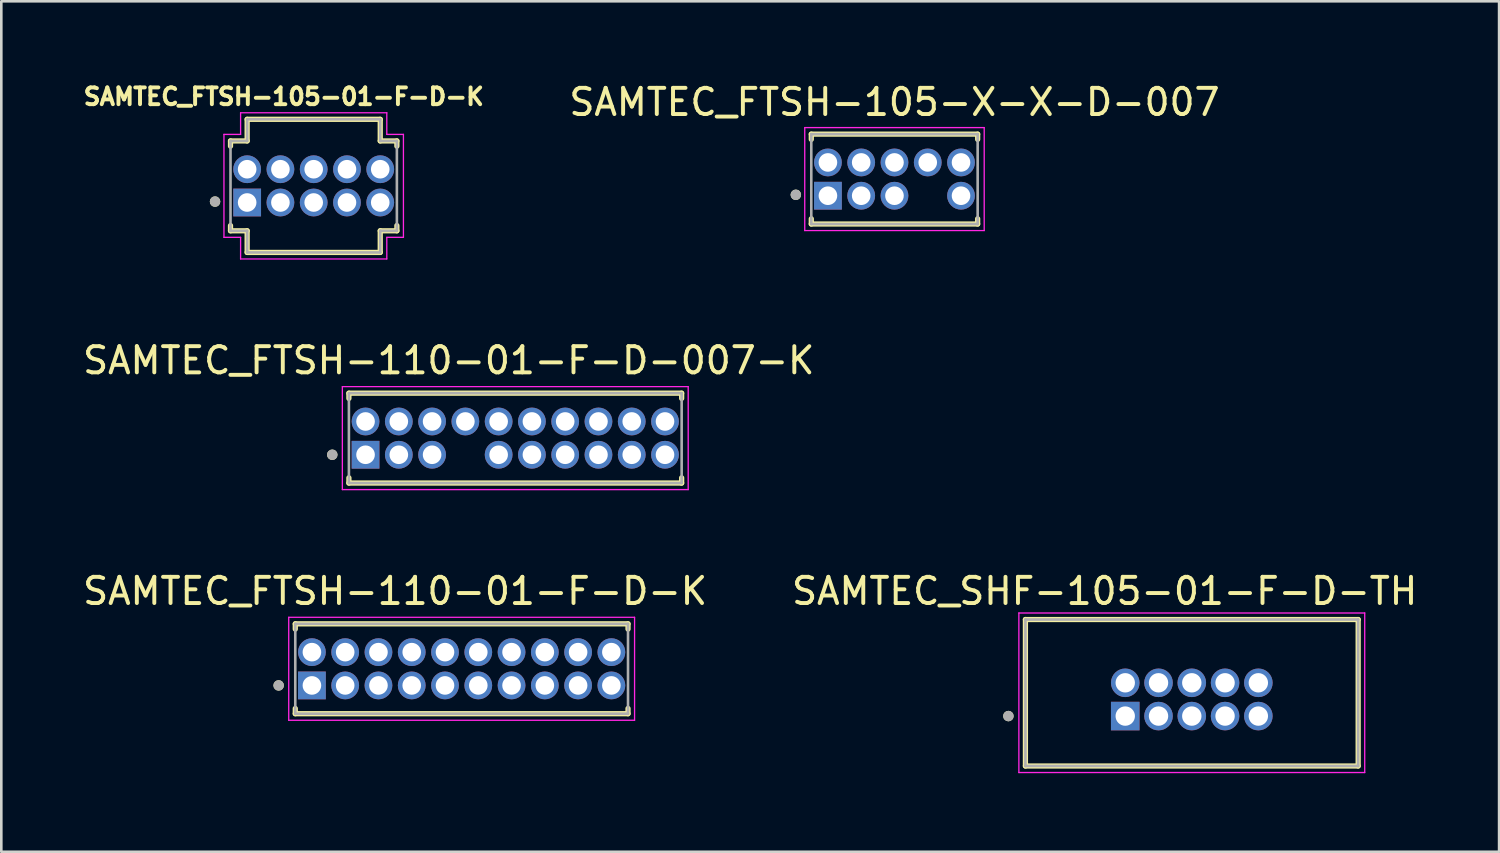
<source format=kicad_pcb>
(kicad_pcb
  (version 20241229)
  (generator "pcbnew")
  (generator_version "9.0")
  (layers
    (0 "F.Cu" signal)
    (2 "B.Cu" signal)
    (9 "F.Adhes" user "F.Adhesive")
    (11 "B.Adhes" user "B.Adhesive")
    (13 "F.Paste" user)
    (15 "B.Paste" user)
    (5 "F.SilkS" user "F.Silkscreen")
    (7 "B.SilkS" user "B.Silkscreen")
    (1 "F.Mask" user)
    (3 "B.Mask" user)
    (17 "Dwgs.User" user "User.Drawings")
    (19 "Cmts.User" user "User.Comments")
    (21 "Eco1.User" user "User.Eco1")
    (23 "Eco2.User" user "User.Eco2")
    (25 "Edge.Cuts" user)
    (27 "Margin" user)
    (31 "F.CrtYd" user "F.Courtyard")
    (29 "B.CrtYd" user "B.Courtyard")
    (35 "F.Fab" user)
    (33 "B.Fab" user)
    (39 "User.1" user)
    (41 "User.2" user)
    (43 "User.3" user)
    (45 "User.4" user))
  (footprint "SAMTEC_FTSH-105-01-F-D-K"
    (layer "F.Cu")
    (at 8.923 4.044)
    (property "Reference" "SAMTEC_FTSH-105-01-F-D-K" (at -1.143 -3.406 0) (layer "F.SilkS") (effects (font (size 0.64 0.64) (thickness 0.15))))
    (attr through_hole)
    (fp_line (start -3.175 -1.715) (end -3.175 -1.515) (stroke (width 0.2) (type solid)) (layer "F.SilkS"))
    (fp_line (start -3.175 -1.715) (end -2.54 -1.715) (stroke (width 0.2) (type solid)) (layer "F.SilkS"))
    (fp_line (start -3.175 1.715) (end -3.175 1.515) (stroke (width 0.2) (type solid)) (layer "F.SilkS"))
    (fp_line (start -3.175 1.715) (end -2.54 1.715) (stroke (width 0.2) (type solid)) (layer "F.SilkS"))
    (fp_line (start -2.54 -2.54) (end 2.54 -2.54) (stroke (width 0.2) (type solid)) (layer "F.SilkS"))
    (fp_line (start -2.54 -1.715) (end -2.54 -2.54) (stroke (width 0.2) (type solid)) (layer "F.SilkS"))
    (fp_line (start -2.54 1.715) (end -2.54 2.54) (stroke (width 0.2) (type solid)) (layer "F.SilkS"))
    (fp_line (start -2.54 2.54) (end 2.54 2.54) (stroke (width 0.2) (type solid)) (layer "F.SilkS"))
    (fp_line (start 2.54 -2.54) (end 2.54 -1.715) (stroke (width 0.2) (type solid)) (layer "F.SilkS"))
    (fp_line (start 2.54 -1.715) (end 3.175 -1.715) (stroke (width 0.2) (type solid)) (layer "F.SilkS"))
    (fp_line (start 2.54 1.715) (end 3.175 1.715) (stroke (width 0.2) (type solid)) (layer "F.SilkS"))
    (fp_line (start 2.54 2.54) (end 2.54 1.715) (stroke (width 0.2) (type solid)) (layer "F.SilkS"))
    (fp_line (start 3.175 -1.715) (end 3.175 -1.515) (stroke (width 0.2) (type solid)) (layer "F.SilkS"))
    (fp_line (start 3.175 1.715) (end 3.175 1.515) (stroke (width 0.2) (type solid)) (layer "F.SilkS"))
    (fp_circle (center -3.765 0.6) (end -3.665 0.6) (stroke (width 0.2) (type solid)) (fill no) (layer "F.SilkS"))
    (fp_line (start -3.425 -1.965) (end -2.79 -1.965) (stroke (width 0.05) (type solid)) (layer "F.CrtYd"))
    (fp_line (start -3.425 1.965) (end -3.425 -1.965) (stroke (width 0.05) (type solid)) (layer "F.CrtYd"))
    (fp_line (start -2.79 -2.79) (end 2.79 -2.79) (stroke (width 0.05) (type solid)) (layer "F.CrtYd"))
    (fp_line (start -2.79 -1.965) (end -2.79 -2.79) (stroke (width 0.05) (type solid)) (layer "F.CrtYd"))
    (fp_line (start -2.79 1.965) (end -3.425 1.965) (stroke (width 0.05) (type solid)) (layer "F.CrtYd"))
    (fp_line (start -2.79 2.79) (end -2.79 1.965) (stroke (width 0.05) (type solid)) (layer "F.CrtYd"))
    (fp_line (start 2.79 -2.79) (end 2.79 -1.965) (stroke (width 0.05) (type solid)) (layer "F.CrtYd"))
    (fp_line (start 2.79 -1.965) (end 3.425 -1.965) (stroke (width 0.05) (type solid)) (layer "F.CrtYd"))
    (fp_line (start 2.79 1.965) (end 2.79 2.79) (stroke (width 0.05) (type solid)) (layer "F.CrtYd"))
    (fp_line (start 2.79 2.79) (end -2.79 2.79) (stroke (width 0.05) (type solid)) (layer "F.CrtYd"))
    (fp_line (start 3.425 1.965) (end 2.79 1.965) (stroke (width 0.05) (type solid)) (layer "F.CrtYd"))
    (fp_line (start 3.425 1.965) (end 3.425 -1.965) (stroke (width 0.05) (type solid)) (layer "F.CrtYd"))
    (fp_line (start -3.175 -1.715) (end -3.175 1.715) (stroke (width 0.1) (type solid)) (layer "F.Fab"))
    (fp_line (start -3.175 1.715) (end -2.54 1.715) (stroke (width 0.1) (type solid)) (layer "F.Fab"))
    (fp_line (start -2.54 -2.54) (end 2.54 -2.54) (stroke (width 0.1) (type solid)) (layer "F.Fab"))
    (fp_line (start -2.54 -1.715) (end -3.175 -1.715) (stroke (width 0.1) (type solid)) (layer "F.Fab"))
    (fp_line (start -2.54 -1.715) (end -2.54 -2.54) (stroke (width 0.1) (type solid)) (layer "F.Fab"))
    (fp_line (start -2.54 1.715) (end -2.54 2.54) (stroke (width 0.1) (type solid)) (layer "F.Fab"))
    (fp_line (start -2.54 2.54) (end 2.54 2.54) (stroke (width 0.1) (type solid)) (layer "F.Fab"))
    (fp_line (start 2.54 -2.54) (end 2.54 -1.715) (stroke (width 0.1) (type solid)) (layer "F.Fab"))
    (fp_line (start 2.54 1.715) (end 3.175 1.715) (stroke (width 0.1) (type solid)) (layer "F.Fab"))
    (fp_line (start 2.54 2.54) (end 2.54 1.715) (stroke (width 0.1) (type solid)) (layer "F.Fab"))
    (fp_line (start 3.175 -1.715) (end 2.54 -1.715) (stroke (width 0.1) (type solid)) (layer "F.Fab"))
    (fp_line (start 3.175 1.715) (end 3.175 -1.715) (stroke (width 0.1) (type solid)) (layer "F.Fab"))
    (fp_circle (center -3.765 0.6) (end -3.665 0.6) (stroke (width 0.2) (type solid)) (fill no) (layer "F.Fab"))
    (pad "1" thru_hole rect (at -2.54 0.635) (size 1.06 1.06) (drill 0.71) (layers "*.Cu" "*.Mask"))
    (pad "2" thru_hole circle (at -2.54 -0.635) (size 1.06 1.06) (drill 0.71) (layers "*.Cu" "*.Mask"))
    (pad "3" thru_hole circle (at -1.27 0.635) (size 1.06 1.06) (drill 0.71) (layers "*.Cu" "*.Mask"))
    (pad "4" thru_hole circle (at -1.27 -0.635) (size 1.06 1.06) (drill 0.71) (layers "*.Cu" "*.Mask"))
    (pad "5" thru_hole circle (at 0 0.635) (size 1.06 1.06) (drill 0.71) (layers "*.Cu" "*.Mask"))
    (pad "6" thru_hole circle (at 0 -0.635) (size 1.06 1.06) (drill 0.71) (layers "*.Cu" "*.Mask"))
    (pad "7" thru_hole circle (at 1.27 0.635) (size 1.06 1.06) (drill 0.71) (layers "*.Cu" "*.Mask"))
    (pad "8" thru_hole circle (at 1.27 -0.635) (size 1.06 1.06) (drill 0.71) (layers "*.Cu" "*.Mask"))
    (pad "9" thru_hole circle (at 2.54 0.635) (size 1.06 1.06) (drill 0.71) (layers "*.Cu" "*.Mask"))
    (pad "10" thru_hole circle (at 2.54 -0.635) (size 1.06 1.06) (drill 0.71) (layers "*.Cu" "*.Mask")))
  (footprint "SAMTEC_FTSH-105-X-X-D-007"
    (layer "F.Cu")
    (at 31.09 3.785)
    (property "Reference" "SAMTEC_FTSH-105-X-X-D-007" (at 0 -2.937 0) (layer "F.SilkS") (effects (font (size 1 1) (thickness 0.15))))
    (attr through_hole)
    (fp_line (start -3.175 -1.715) (end -3.175 -1.515) (stroke (width 0.2) (type solid)) (layer "F.SilkS"))
    (fp_line (start -3.175 -1.715) (end 3.175 -1.715) (stroke (width 0.2) (type solid)) (layer "F.SilkS"))
    (fp_line (start -3.175 1.715) (end -3.175 1.515) (stroke (width 0.2) (type solid)) (layer "F.SilkS"))
    (fp_line (start -3.175 1.715) (end 3.175 1.715) (stroke (width 0.2) (type solid)) (layer "F.SilkS"))
    (fp_line (start 3.175 -1.715) (end 3.175 -1.515) (stroke (width 0.2) (type solid)) (layer "F.SilkS"))
    (fp_line (start 3.175 1.715) (end 3.175 1.515) (stroke (width 0.2) (type solid)) (layer "F.SilkS"))
    (fp_circle (center -3.765 0.6) (end -3.665 0.6) (stroke (width 0.2) (type solid)) (fill no) (layer "F.SilkS"))
    (fp_line (start -3.425 -1.965) (end 3.425 -1.965) (stroke (width 0.05) (type solid)) (layer "F.CrtYd"))
    (fp_line (start -3.425 1.965) (end -3.425 -1.965) (stroke (width 0.05) (type solid)) (layer "F.CrtYd"))
    (fp_line (start 3.425 1.965) (end -3.425 1.965) (stroke (width 0.05) (type solid)) (layer "F.CrtYd"))
    (fp_line (start 3.425 1.965) (end 3.425 -1.965) (stroke (width 0.05) (type solid)) (layer "F.CrtYd"))
    (fp_line (start -3.175 -1.715) (end -3.175 1.715) (stroke (width 0.1) (type solid)) (layer "F.Fab"))
    (fp_line (start -3.175 -1.715) (end 3.175 -1.715) (stroke (width 0.1) (type solid)) (layer "F.Fab"))
    (fp_line (start -3.175 1.715) (end 3.175 1.715) (stroke (width 0.1) (type solid)) (layer "F.Fab"))
    (fp_line (start 3.175 1.715) (end 3.175 -1.715) (stroke (width 0.1) (type solid)) (layer "F.Fab"))
    (fp_circle (center -3.765 0.6) (end -3.665 0.6) (stroke (width 0.2) (type solid)) (fill no) (layer "F.Fab"))
    (pad "1" thru_hole rect (at -2.54 0.635) (size 1.06 1.06) (drill 0.71) (layers "*.Cu" "*.Mask"))
    (pad "2" thru_hole circle (at -2.54 -0.635) (size 1.06 1.06) (drill 0.71) (layers "*.Cu" "*.Mask"))
    (pad "3" thru_hole circle (at -1.27 0.635) (size 1.06 1.06) (drill 0.71) (layers "*.Cu" "*.Mask"))
    (pad "4" thru_hole circle (at -1.27 -0.635) (size 1.06 1.06) (drill 0.71) (layers "*.Cu" "*.Mask"))
    (pad "5" thru_hole circle (at 0 0.635) (size 1.06 1.06) (drill 0.71) (layers "*.Cu" "*.Mask"))
    (pad "6" thru_hole circle (at 0 -0.635) (size 1.06 1.06) (drill 0.71) (layers "*.Cu" "*.Mask"))
    (pad "8" thru_hole circle (at 1.27 -0.635) (size 1.06 1.06) (drill 0.71) (layers "*.Cu" "*.Mask"))
    (pad "9" thru_hole circle (at 2.54 0.635) (size 1.06 1.06) (drill 0.71) (layers "*.Cu" "*.Mask"))
    (pad "10" thru_hole circle (at 2.54 -0.635) (size 1.06 1.06) (drill 0.71) (layers "*.Cu" "*.Mask")))
  (footprint "SAMTEC_FTSH-110-01-F-D-007-K"
    (layer "F.Cu")
    (at 10.902 14.307)
    (property "Reference" "SAMTEC_FTSH-110-01-F-D-007-K" (at 3.175 -3.6 0) (layer "F.SilkS") (effects (font (size 1 1) (thickness 0.15))))
    (attr through_hole)
    (fp_line (start -0.635 -2.35) (end -0.635 -2.15) (stroke (width 0.2) (type solid)) (layer "F.SilkS"))
    (fp_line (start -0.635 -2.35) (end 12.065 -2.35) (stroke (width 0.2) (type solid)) (layer "F.SilkS"))
    (fp_line (start -0.635 1.08) (end -0.635 0.88) (stroke (width 0.2) (type solid)) (layer "F.SilkS"))
    (fp_line (start -0.635 1.08) (end 12.065 1.08) (stroke (width 0.2) (type solid)) (layer "F.SilkS"))
    (fp_line (start 12.065 -2.35) (end 12.065 -2.15) (stroke (width 0.2) (type solid)) (layer "F.SilkS"))
    (fp_line (start 12.065 1.08) (end 12.065 0.88) (stroke (width 0.2) (type solid)) (layer "F.SilkS"))
    (fp_circle (center -1.27 0) (end -1.17 0) (stroke (width 0.2) (type solid)) (fill no) (layer "F.SilkS"))
    (fp_line (start -0.885 -2.6) (end -0.885 1.33) (stroke (width 0.05) (type solid)) (layer "F.CrtYd"))
    (fp_line (start -0.885 -2.6) (end 12.315 -2.6) (stroke (width 0.05) (type solid)) (layer "F.CrtYd"))
    (fp_line (start 12.315 -2.6) (end 12.315 1.33) (stroke (width 0.05) (type solid)) (layer "F.CrtYd"))
    (fp_line (start 12.315 1.33) (end -0.885 1.33) (stroke (width 0.05) (type solid)) (layer "F.CrtYd"))
    (fp_line (start -0.635 -2.35) (end -0.635 1.08) (stroke (width 0.1) (type solid)) (layer "F.Fab"))
    (fp_line (start -0.635 -2.35) (end 12.065 -2.35) (stroke (width 0.1) (type solid)) (layer "F.Fab"))
    (fp_line (start -0.635 1.08) (end 12.065 1.08) (stroke (width 0.1) (type solid)) (layer "F.Fab"))
    (fp_line (start 12.065 -2.35) (end 12.065 1.08) (stroke (width 0.1) (type solid)) (layer "F.Fab"))
    (fp_circle (center -1.27 0) (end -1.17 0) (stroke (width 0.2) (type solid)) (fill no) (layer "F.Fab"))
    (pad "1" thru_hole rect (at 0 0) (size 1.06 1.06) (drill 0.71) (layers "*.Cu" "*.Mask"))
    (pad "2" thru_hole circle (at 0 -1.27) (size 1.06 1.06) (drill 0.71) (layers "*.Cu" "*.Mask"))
    (pad "3" thru_hole circle (at 1.27 0) (size 1.06 1.06) (drill 0.71) (layers "*.Cu" "*.Mask"))
    (pad "4" thru_hole circle (at 1.27 -1.27) (size 1.06 1.06) (drill 0.71) (layers "*.Cu" "*.Mask"))
    (pad "5" thru_hole circle (at 2.54 0) (size 1.06 1.06) (drill 0.71) (layers "*.Cu" "*.Mask"))
    (pad "6" thru_hole circle (at 2.54 -1.27) (size 1.06 1.06) (drill 0.71) (layers "*.Cu" "*.Mask"))
    (pad "8" thru_hole circle (at 3.81 -1.27) (size 1.06 1.06) (drill 0.71) (layers "*.Cu" "*.Mask"))
    (pad "9" thru_hole circle (at 5.08 0) (size 1.06 1.06) (drill 0.71) (layers "*.Cu" "*.Mask"))
    (pad "10" thru_hole circle (at 5.08 -1.27) (size 1.06 1.06) (drill 0.71) (layers "*.Cu" "*.Mask"))
    (pad "11" thru_hole circle (at 6.35 0) (size 1.06 1.06) (drill 0.71) (layers "*.Cu" "*.Mask"))
    (pad "12" thru_hole circle (at 6.35 -1.27) (size 1.06 1.06) (drill 0.71) (layers "*.Cu" "*.Mask"))
    (pad "13" thru_hole circle (at 7.62 0) (size 1.06 1.06) (drill 0.71) (layers "*.Cu" "*.Mask"))
    (pad "14" thru_hole circle (at 7.62 -1.27) (size 1.06 1.06) (drill 0.71) (layers "*.Cu" "*.Mask"))
    (pad "15" thru_hole circle (at 8.89 0) (size 1.06 1.06) (drill 0.71) (layers "*.Cu" "*.Mask"))
    (pad "16" thru_hole circle (at 8.89 -1.27) (size 1.06 1.06) (drill 0.71) (layers "*.Cu" "*.Mask"))
    (pad "17" thru_hole circle (at 10.16 0) (size 1.06 1.06) (drill 0.71) (layers "*.Cu" "*.Mask"))
    (pad "18" thru_hole circle (at 10.16 -1.27) (size 1.06 1.06) (drill 0.71) (layers "*.Cu" "*.Mask"))
    (pad "19" thru_hole circle (at 11.43 0) (size 1.06 1.06) (drill 0.71) (layers "*.Cu" "*.Mask"))
    (pad "20" thru_hole circle (at 11.43 -1.27) (size 1.06 1.06) (drill 0.71) (layers "*.Cu" "*.Mask")))
  (footprint "SAMTEC_FTSH-110-01-F-D-K"
    (layer "F.Cu")
    (at 8.855 23.111)
    (property "Reference" "SAMTEC_FTSH-110-01-F-D-K" (at 3.175 -3.6 0) (layer "F.SilkS") (effects (font (size 1 1) (thickness 0.15))))
    (attr through_hole)
    (fp_line (start -0.635 -2.35) (end -0.635 -2.15) (stroke (width 0.2) (type solid)) (layer "F.SilkS"))
    (fp_line (start -0.635 -2.35) (end 12.065 -2.35) (stroke (width 0.2) (type solid)) (layer "F.SilkS"))
    (fp_line (start -0.635 1.08) (end -0.635 0.88) (stroke (width 0.2) (type solid)) (layer "F.SilkS"))
    (fp_line (start -0.635 1.08) (end 12.065 1.08) (stroke (width 0.2) (type solid)) (layer "F.SilkS"))
    (fp_line (start 12.065 -2.35) (end 12.065 -2.15) (stroke (width 0.2) (type solid)) (layer "F.SilkS"))
    (fp_line (start 12.065 1.08) (end 12.065 0.88) (stroke (width 0.2) (type solid)) (layer "F.SilkS"))
    (fp_circle (center -1.27 0) (end -1.17 0) (stroke (width 0.2) (type solid)) (fill no) (layer "F.SilkS"))
    (fp_line (start -0.885 -2.6) (end -0.885 1.33) (stroke (width 0.05) (type solid)) (layer "F.CrtYd"))
    (fp_line (start -0.885 -2.6) (end 12.315 -2.6) (stroke (width 0.05) (type solid)) (layer "F.CrtYd"))
    (fp_line (start 12.315 -2.6) (end 12.315 1.33) (stroke (width 0.05) (type solid)) (layer "F.CrtYd"))
    (fp_line (start 12.315 1.33) (end -0.885 1.33) (stroke (width 0.05) (type solid)) (layer "F.CrtYd"))
    (fp_line (start -0.635 -2.35) (end -0.635 1.08) (stroke (width 0.1) (type solid)) (layer "F.Fab"))
    (fp_line (start -0.635 -2.35) (end 12.065 -2.35) (stroke (width 0.1) (type solid)) (layer "F.Fab"))
    (fp_line (start -0.635 1.08) (end 12.065 1.08) (stroke (width 0.1) (type solid)) (layer "F.Fab"))
    (fp_line (start 12.065 -2.35) (end 12.065 1.08) (stroke (width 0.1) (type solid)) (layer "F.Fab"))
    (fp_circle (center -1.27 0) (end -1.17 0) (stroke (width 0.2) (type solid)) (fill no) (layer "F.Fab"))
    (pad "1" thru_hole rect (at 0 0) (size 1.06 1.06) (drill 0.71) (layers "*.Cu" "*.Mask"))
    (pad "2" thru_hole circle (at 0 -1.27) (size 1.06 1.06) (drill 0.71) (layers "*.Cu" "*.Mask"))
    (pad "3" thru_hole circle (at 1.27 0) (size 1.06 1.06) (drill 0.71) (layers "*.Cu" "*.Mask"))
    (pad "4" thru_hole circle (at 1.27 -1.27) (size 1.06 1.06) (drill 0.71) (layers "*.Cu" "*.Mask"))
    (pad "5" thru_hole circle (at 2.54 0) (size 1.06 1.06) (drill 0.71) (layers "*.Cu" "*.Mask"))
    (pad "6" thru_hole circle (at 2.54 -1.27) (size 1.06 1.06) (drill 0.71) (layers "*.Cu" "*.Mask"))
    (pad "7" thru_hole circle (at 3.81 0) (size 1.06 1.06) (drill 0.71) (layers "*.Cu" "*.Mask"))
    (pad "8" thru_hole circle (at 3.81 -1.27) (size 1.06 1.06) (drill 0.71) (layers "*.Cu" "*.Mask"))
    (pad "9" thru_hole circle (at 5.08 0) (size 1.06 1.06) (drill 0.71) (layers "*.Cu" "*.Mask"))
    (pad "10" thru_hole circle (at 5.08 -1.27) (size 1.06 1.06) (drill 0.71) (layers "*.Cu" "*.Mask"))
    (pad "11" thru_hole circle (at 6.35 0) (size 1.06 1.06) (drill 0.71) (layers "*.Cu" "*.Mask"))
    (pad "12" thru_hole circle (at 6.35 -1.27) (size 1.06 1.06) (drill 0.71) (layers "*.Cu" "*.Mask"))
    (pad "13" thru_hole circle (at 7.62 0) (size 1.06 1.06) (drill 0.71) (layers "*.Cu" "*.Mask"))
    (pad "14" thru_hole circle (at 7.62 -1.27) (size 1.06 1.06) (drill 0.71) (layers "*.Cu" "*.Mask"))
    (pad "15" thru_hole circle (at 8.89 0) (size 1.06 1.06) (drill 0.71) (layers "*.Cu" "*.Mask"))
    (pad "16" thru_hole circle (at 8.89 -1.27) (size 1.06 1.06) (drill 0.71) (layers "*.Cu" "*.Mask"))
    (pad "17" thru_hole circle (at 10.16 0) (size 1.06 1.06) (drill 0.71) (layers "*.Cu" "*.Mask"))
    (pad "18" thru_hole circle (at 10.16 -1.27) (size 1.06 1.06) (drill 0.71) (layers "*.Cu" "*.Mask"))
    (pad "19" thru_hole circle (at 11.43 0) (size 1.06 1.06) (drill 0.71) (layers "*.Cu" "*.Mask"))
    (pad "20" thru_hole circle (at 11.43 -1.27) (size 1.06 1.06) (drill 0.71) (layers "*.Cu" "*.Mask")))
  (footprint "SAMTEC_SHF-105-01-F-D-TH"
    (layer "F.Cu")
    (at 42.438 23.646)
    (property "Reference" "SAMTEC_SHF-105-01-F-D-TH" (at -3.325 -4.135 0) (layer "F.SilkS") (effects (font (size 1 1) (thickness 0.15))))
    (attr through_hole)
    (fp_line (start -6.35 2.54) (end -6.35 -3.05) (stroke (width 0.2) (type solid)) (layer "F.SilkS"))
    (fp_line (start 6.35 -3.05) (end -6.35 -3.05) (stroke (width 0.2) (type solid)) (layer "F.SilkS"))
    (fp_line (start 6.35 -3.05) (end 6.35 2.54) (stroke (width 0.2) (type solid)) (layer "F.SilkS"))
    (fp_line (start 6.35 2.54) (end -6.35 2.54) (stroke (width 0.2) (type solid)) (layer "F.SilkS"))
    (fp_circle (center -7 0.635) (end -6.9 0.635) (stroke (width 0.2) (type solid)) (fill no) (layer "F.SilkS"))
    (fp_line (start -6.6 -3.3) (end 6.6 -3.3) (stroke (width 0.05) (type solid)) (layer "F.CrtYd"))
    (fp_line (start -6.6 2.79) (end -6.6 -3.3) (stroke (width 0.05) (type solid)) (layer "F.CrtYd"))
    (fp_line (start 6.6 -3.3) (end 6.6 2.79) (stroke (width 0.05) (type solid)) (layer "F.CrtYd"))
    (fp_line (start 6.6 2.79) (end -6.6 2.79) (stroke (width 0.05) (type solid)) (layer "F.CrtYd"))
    (fp_line (start -6.35 -3.05) (end 6.35 -3.05) (stroke (width 0.1) (type solid)) (layer "F.Fab"))
    (fp_line (start -6.35 2.54) (end -6.35 -3.05) (stroke (width 0.1) (type solid)) (layer "F.Fab"))
    (fp_line (start 6.35 -3.05) (end 6.35 2.54) (stroke (width 0.1) (type solid)) (layer "F.Fab"))
    (fp_line (start 6.35 2.54) (end -6.35 2.54) (stroke (width 0.1) (type solid)) (layer "F.Fab"))
    (fp_circle (center -7 0.635) (end -6.9 0.635) (stroke (width 0.2) (type solid)) (fill no) (layer "F.Fab"))
    (pad "01" thru_hole rect (at -2.54 0.635) (size 1.09 1.09) (drill 0.74) (layers "*.Cu" "*.Mask"))
    (pad "02" thru_hole circle (at -2.54 -0.635) (size 1.09 1.09) (drill 0.74) (layers "*.Cu" "*.Mask"))
    (pad "03" thru_hole circle (at -1.27 0.635) (size 1.09 1.09) (drill 0.74) (layers "*.Cu" "*.Mask"))
    (pad "04" thru_hole circle (at -1.27 -0.635) (size 1.09 1.09) (drill 0.74) (layers "*.Cu" "*.Mask"))
    (pad "05" thru_hole circle (at 0 0.635) (size 1.09 1.09) (drill 0.74) (layers "*.Cu" "*.Mask"))
    (pad "06" thru_hole circle (at 0 -0.635) (size 1.09 1.09) (drill 0.74) (layers "*.Cu" "*.Mask"))
    (pad "07" thru_hole circle (at 1.27 0.635) (size 1.09 1.09) (drill 0.74) (layers "*.Cu" "*.Mask"))
    (pad "08" thru_hole circle (at 1.27 -0.635) (size 1.09 1.09) (drill 0.74) (layers "*.Cu" "*.Mask"))
    (pad "09" thru_hole circle (at 2.54 0.635) (size 1.09 1.09) (drill 0.74) (layers "*.Cu" "*.Mask"))
    (pad "10" thru_hole circle (at 2.54 -0.635) (size 1.09 1.09) (drill 0.74) (layers "*.Cu" "*.Mask")))
  (gr_rect
    (start -3 -3)
    (end 54.167 29.461)
    (stroke (width 0.1) (type default))
    (fill no)
    (layer "Edge.Cuts")))
</source>
